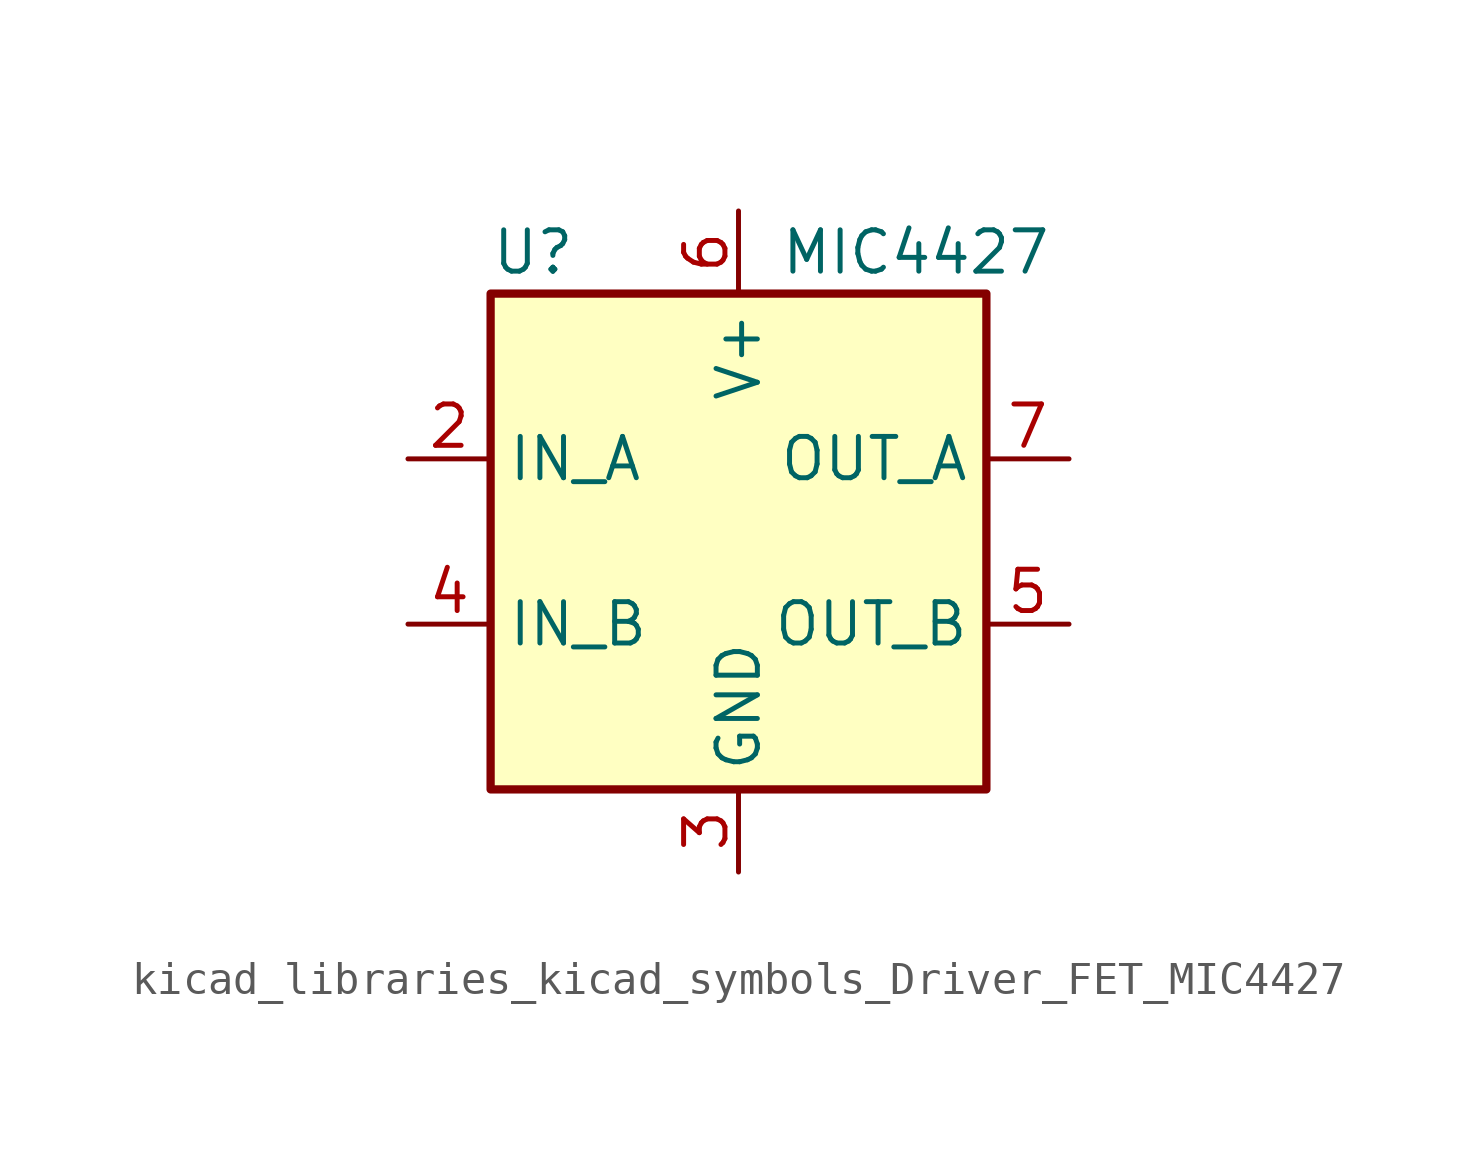
<source format=kicad_sym>
(kicad_symbol_lib
  (version 20220914)
  (generator kicad_symbol_editor)
  (symbol "kicad_libraries_kicad_symbols_Driver_FET_MIC4427"
    (property "Reference" "U"
      (at -7.62 8.89 0)
      (effects (font (size 1.27 1.27)) (justify left)))
    (property "Value" "MIC4427"
      (at 1.27 8.89 0)
      (effects (font (size 1.27 1.27)) (justify left)))
    (symbol "kicad_libraries_kicad_symbols_Driver_FET_MIC4427_0_1"
      (rectangle (start -7.62 -7.62) (end 7.62 7.62) (stroke (width 0.254) (type default)) (fill (type background))))
    (symbol "kicad_libraries_kicad_symbols_Driver_FET_MIC4427_1_1"
      (pin no_connect line (at -7.62 0 0) (length 2.54) hide (name "NC" (effects (font (size 1.27 1.27)))) (number "1" (effects (font (size 1.27 1.27)))))
      (pin input line (at -10.16 2.54 0) (length 2.54) (name "IN_A" (effects (font (size 1.27 1.27)))) (number "2" (effects (font (size 1.27 1.27)))))
      (pin power_in line (at 0 -10.16 90) (length 2.54) (name "GND" (effects (font (size 1.27 1.27)))) (number "3" (effects (font (size 1.27 1.27)))))
      (pin input line (at -10.16 -2.54 0) (length 2.54) (name "IN_B" (effects (font (size 1.27 1.27)))) (number "4" (effects (font (size 1.27 1.27)))))
      (pin output line (at 10.16 -2.54 180) (length 2.54) (name "OUT_B" (effects (font (size 1.27 1.27)))) (number "5" (effects (font (size 1.27 1.27)))))
      (pin power_in line (at 0 10.16 270) (length 2.54) (name "V+" (effects (font (size 1.27 1.27)))) (number "6" (effects (font (size 1.27 1.27)))))
      (pin output line (at 10.16 2.54 180) (length 2.54) (name "OUT_A" (effects (font (size 1.27 1.27)))) (number "7" (effects (font (size 1.27 1.27)))))
      (pin no_connect line (at 7.62 0 180) (length 2.54) hide (name "NC" (effects (font (size 1.27 1.27)))) (number "8" (effects (font (size 1.27 1.27))))))))
</source>
